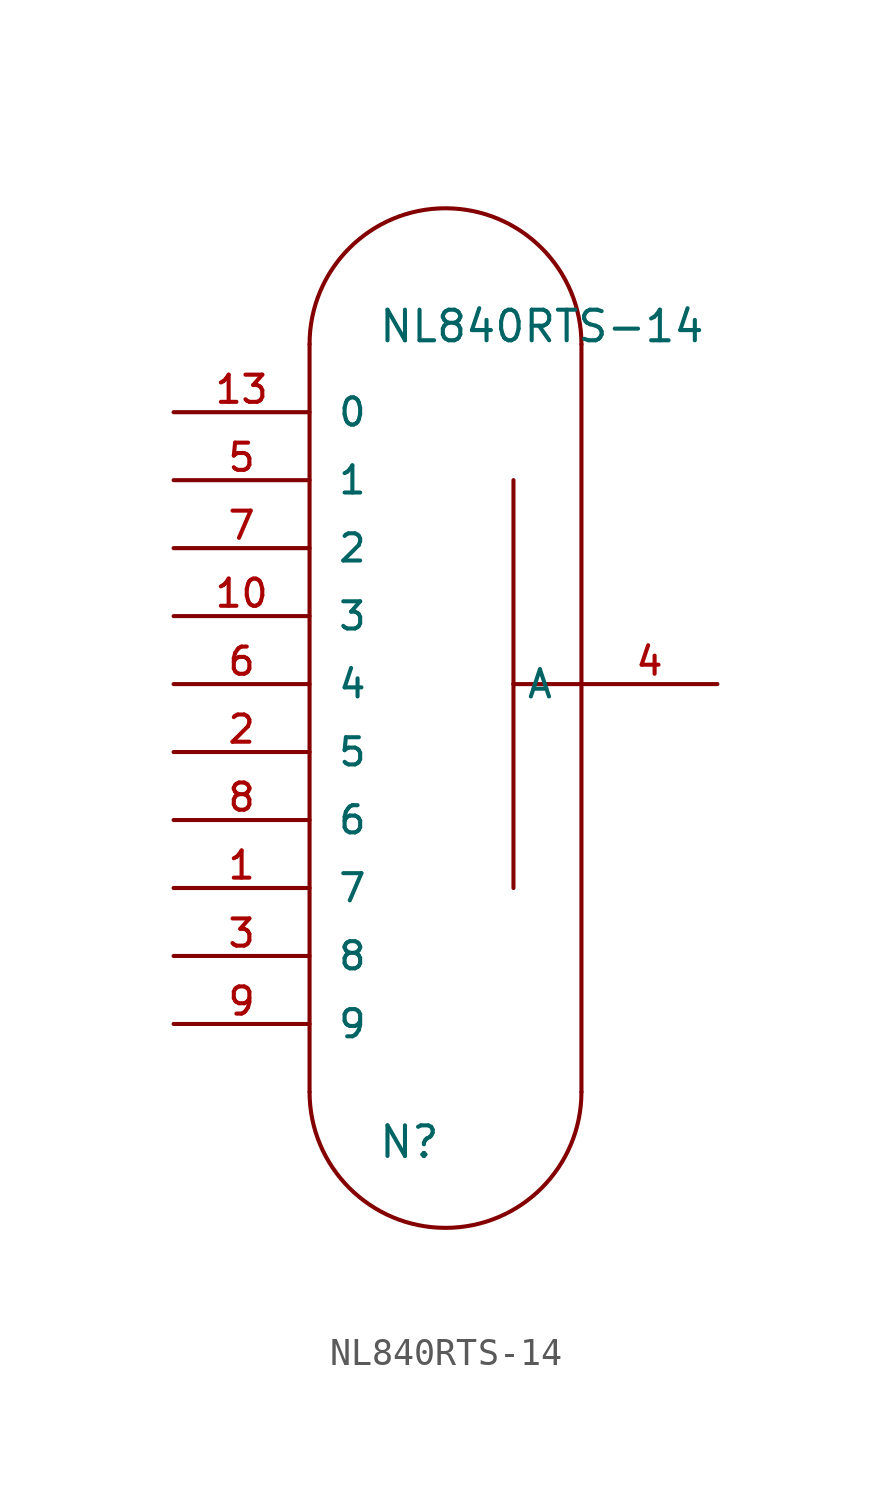
<source format=kicad_sym>
(kicad_symbol_lib
  (version 20220914)
  (generator kicad_symbol_editor)
  (symbol "NL840RTS-14"
    (pin_names
      (offset 1.016))
    (property "Reference" "N"
      (at -2.54 -15.24 0)
      (effects (font (size 1.143 1.143)) (justify left bottom)))
    (property "Value" "NL840RTS-14"
      (at -2.54 15.24 0)
      (effects (font (size 1.143 1.143)) (justify left bottom)))
    (property "ki_locked" ""
      (at 0 0 0)
      (effects (font (size 1.27 1.27))))
    (symbol "NL840RTS-14_1_0"
      (polyline (pts (xy -5.08 15.24) (xy -5.08 -12.7)) (stroke (width 0) (type solid)) (fill (type none)))
      (polyline (pts (xy 2.54 -5.08) (xy 2.54 2.54)) (stroke (width 0) (type solid)) (fill (type none)))
      (polyline (pts (xy 2.54 2.54) (xy 2.54 10.16)) (stroke (width 0) (type solid)) (fill (type none)))
      (polyline (pts (xy 5.08 2.54) (xy 2.54 2.54)) (stroke (width 0) (type solid)) (fill (type none)))
      (polyline (pts (xy 5.08 2.54) (xy 5.08 -12.7)) (stroke (width 0) (type solid)) (fill (type none)))
      (polyline (pts (xy 5.08 15.24) (xy 5.08 2.54)) (stroke (width 0) (type solid)) (fill (type none))))
    (symbol "NL840RTS-14_1_1"
      (arc (start -5.08 -12.7) (mid 0 -17.7579) (end 5.08 -12.7) (stroke (width 0) (type solid)) (fill (type none)))
      (arc (start 5.08 15.24) (mid 0 20.2979) (end -5.08 15.24) (stroke (width 0) (type solid)) (fill (type none)))
      (pin passive line (at -10.16 -5.08 0) (length 5.08) (name "7" (effects (font (size 1.016 1.016)))) (number "1" (effects (font (size 1.016 1.016)))))
      (pin passive line (at -10.16 5.08 0) (length 5.08) (name "3" (effects (font (size 1.016 1.016)))) (number "10" (effects (font (size 1.016 1.016)))))
      (pin passive line (at -10.16 12.7 0) (length 5.08) (name "0" (effects (font (size 1.016 1.016)))) (number "13" (effects (font (size 1.016 1.016)))))
      (pin passive line (at -10.16 0 0) (length 5.08) (name "5" (effects (font (size 1.016 1.016)))) (number "2" (effects (font (size 1.016 1.016)))))
      (pin passive line (at -10.16 -7.62 0) (length 5.08) (name "8" (effects (font (size 1.016 1.016)))) (number "3" (effects (font (size 1.016 1.016)))))
      (pin passive line (at 10.16 2.54 180) (length 5.08) (name "A" (effects (font (size 1.016 1.016)))) (number "4" (effects (font (size 1.016 1.016)))))
      (pin passive line (at -10.16 10.16 0) (length 5.08) (name "1" (effects (font (size 1.016 1.016)))) (number "5" (effects (font (size 1.016 1.016)))))
      (pin passive line (at -10.16 2.54 0) (length 5.08) (name "4" (effects (font (size 1.016 1.016)))) (number "6" (effects (font (size 1.016 1.016)))))
      (pin passive line (at -10.16 7.62 0) (length 5.08) (name "2" (effects (font (size 1.016 1.016)))) (number "7" (effects (font (size 1.016 1.016)))))
      (pin passive line (at -10.16 -2.54 0) (length 5.08) (name "6" (effects (font (size 1.016 1.016)))) (number "8" (effects (font (size 1.016 1.016)))))
      (pin passive line (at -10.16 -10.16 0) (length 5.08) (name "9" (effects (font (size 1.016 1.016)))) (number "9" (effects (font (size 1.016 1.016))))))))
</source>
